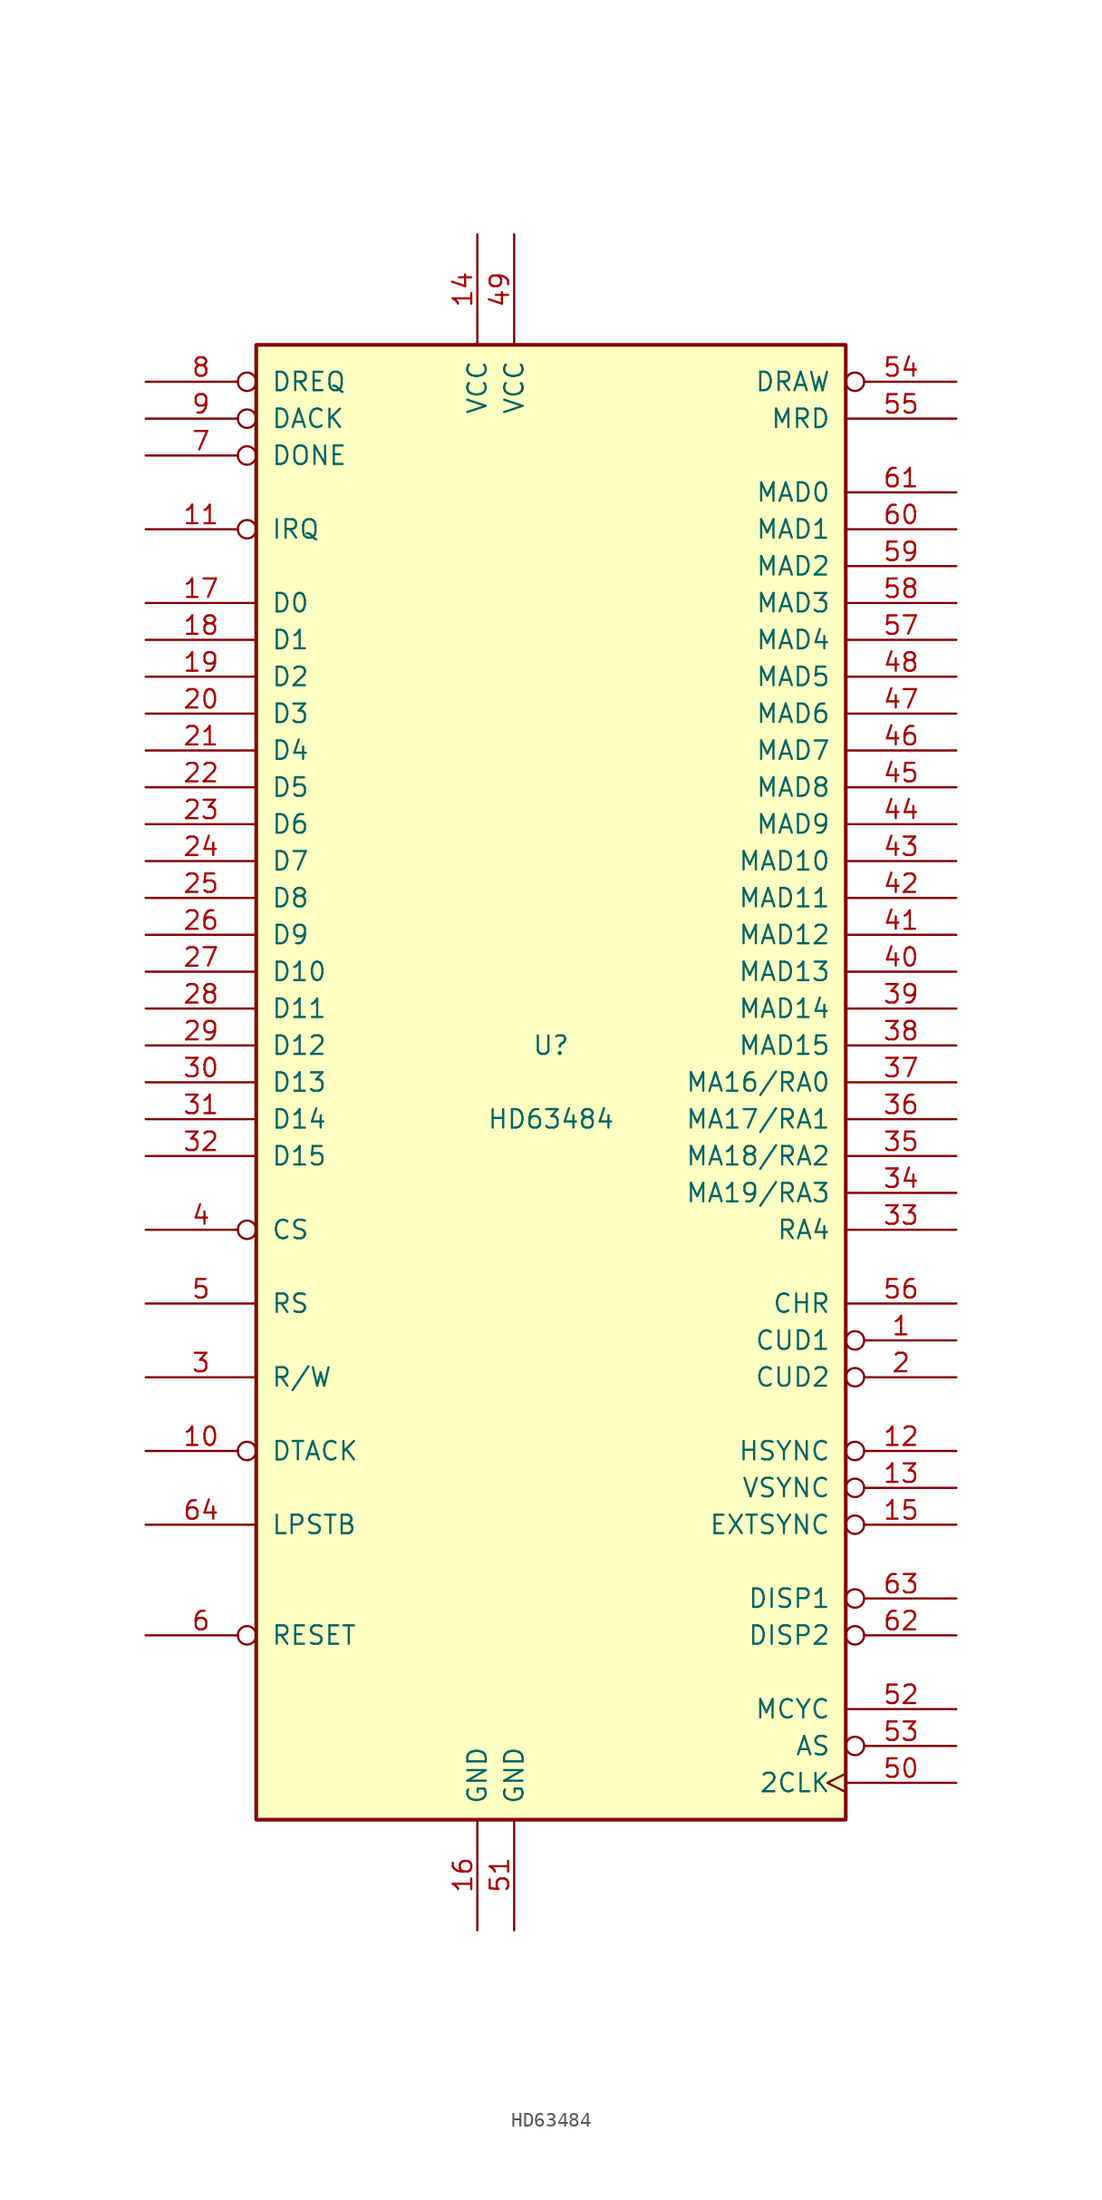
<source format=kicad_sym>
(kicad_symbol_lib
  (version 20211014)
  (generator kicad_symbol_editor)
  (symbol "HD63484"
    (pin_names
      (offset 1.016))
    (property "Reference" "U"
      (at 0 2.54 0)
      (effects (font (size 1.27 1.27))))
    (property "Value" "HD63484"
      (at 0 -2.54 0)
      (effects (font (size 1.27 1.27))))
    (symbol "HD63484_0_1"
      (rectangle (start -20.32 -50.8) (end 20.32 50.8) (stroke (width 0.254) (type default) (color 0 0 0 0)) (fill (type background))))
    (symbol "HD63484_1_1"
      (pin output inverted (at 27.94 -17.78 180) (length 7.62) (name "CUD1" (effects (font (size 1.27 1.27)))) (number "1" (effects (font (size 1.27 1.27)))))
      (pin output inverted (at -27.94 -25.4 0) (length 7.62) (name "DTACK" (effects (font (size 1.27 1.27)))) (number "10" (effects (font (size 1.27 1.27)))))
      (pin output inverted (at -27.94 38.1 0) (length 7.62) (name "IRQ" (effects (font (size 1.27 1.27)))) (number "11" (effects (font (size 1.27 1.27)))))
      (pin output inverted (at 27.94 -25.4 180) (length 7.62) (name "HSYNC" (effects (font (size 1.27 1.27)))) (number "12" (effects (font (size 1.27 1.27)))))
      (pin output inverted (at 27.94 -27.94 180) (length 7.62) (name "VSYNC" (effects (font (size 1.27 1.27)))) (number "13" (effects (font (size 1.27 1.27)))))
      (pin input line (at -5.08 58.42 270) (length 7.62) (name "VCC" (effects (font (size 1.27 1.27)))) (number "14" (effects (font (size 1.27 1.27)))))
      (pin input inverted (at 27.94 -30.48 180) (length 7.62) (name "EXTSYNC" (effects (font (size 1.27 1.27)))) (number "15" (effects (font (size 1.27 1.27)))))
      (pin input line (at -5.08 -58.42 90) (length 7.62) (name "GND" (effects (font (size 1.27 1.27)))) (number "16" (effects (font (size 1.27 1.27)))))
      (pin tri_state line (at -27.94 33.02 0) (length 7.62) (name "D0" (effects (font (size 1.27 1.27)))) (number "17" (effects (font (size 1.27 1.27)))))
      (pin tri_state line (at -27.94 30.48 0) (length 7.62) (name "D1" (effects (font (size 1.27 1.27)))) (number "18" (effects (font (size 1.27 1.27)))))
      (pin tri_state line (at -27.94 27.94 0) (length 7.62) (name "D2" (effects (font (size 1.27 1.27)))) (number "19" (effects (font (size 1.27 1.27)))))
      (pin output inverted (at 27.94 -20.32 180) (length 7.62) (name "CUD2" (effects (font (size 1.27 1.27)))) (number "2" (effects (font (size 1.27 1.27)))))
      (pin tri_state line (at -27.94 25.4 0) (length 7.62) (name "D3" (effects (font (size 1.27 1.27)))) (number "20" (effects (font (size 1.27 1.27)))))
      (pin tri_state line (at -27.94 22.86 0) (length 7.62) (name "D4" (effects (font (size 1.27 1.27)))) (number "21" (effects (font (size 1.27 1.27)))))
      (pin tri_state line (at -27.94 20.32 0) (length 7.62) (name "D5" (effects (font (size 1.27 1.27)))) (number "22" (effects (font (size 1.27 1.27)))))
      (pin tri_state line (at -27.94 17.78 0) (length 7.62) (name "D6" (effects (font (size 1.27 1.27)))) (number "23" (effects (font (size 1.27 1.27)))))
      (pin tri_state line (at -27.94 15.24 0) (length 7.62) (name "D7" (effects (font (size 1.27 1.27)))) (number "24" (effects (font (size 1.27 1.27)))))
      (pin tri_state line (at -27.94 12.7 0) (length 7.62) (name "D8" (effects (font (size 1.27 1.27)))) (number "25" (effects (font (size 1.27 1.27)))))
      (pin tri_state line (at -27.94 10.16 0) (length 7.62) (name "D9" (effects (font (size 1.27 1.27)))) (number "26" (effects (font (size 1.27 1.27)))))
      (pin tri_state line (at -27.94 7.62 0) (length 7.62) (name "D10" (effects (font (size 1.27 1.27)))) (number "27" (effects (font (size 1.27 1.27)))))
      (pin tri_state line (at -27.94 5.08 0) (length 7.62) (name "D11" (effects (font (size 1.27 1.27)))) (number "28" (effects (font (size 1.27 1.27)))))
      (pin tri_state line (at -27.94 2.54 0) (length 7.62) (name "D12" (effects (font (size 1.27 1.27)))) (number "29" (effects (font (size 1.27 1.27)))))
      (pin input line (at -27.94 -20.32 0) (length 7.62) (name "R/W" (effects (font (size 1.27 1.27)))) (number "3" (effects (font (size 1.27 1.27)))))
      (pin tri_state line (at -27.94 0 0) (length 7.62) (name "D13" (effects (font (size 1.27 1.27)))) (number "30" (effects (font (size 1.27 1.27)))))
      (pin tri_state line (at -27.94 -2.54 0) (length 7.62) (name "D14" (effects (font (size 1.27 1.27)))) (number "31" (effects (font (size 1.27 1.27)))))
      (pin tri_state line (at -27.94 -5.08 0) (length 7.62) (name "D15" (effects (font (size 1.27 1.27)))) (number "32" (effects (font (size 1.27 1.27)))))
      (pin output line (at 27.94 -10.16 180) (length 7.62) (name "RA4" (effects (font (size 1.27 1.27)))) (number "33" (effects (font (size 1.27 1.27)))))
      (pin output line (at 27.94 -7.62 180) (length 7.62) (name "MA19/RA3" (effects (font (size 1.27 1.27)))) (number "34" (effects (font (size 1.27 1.27)))))
      (pin output line (at 27.94 -5.08 180) (length 7.62) (name "MA18/RA2" (effects (font (size 1.27 1.27)))) (number "35" (effects (font (size 1.27 1.27)))))
      (pin output line (at 27.94 -2.54 180) (length 7.62) (name "MA17/RA1" (effects (font (size 1.27 1.27)))) (number "36" (effects (font (size 1.27 1.27)))))
      (pin output line (at 27.94 0 180) (length 7.62) (name "MA16/RA0" (effects (font (size 1.27 1.27)))) (number "37" (effects (font (size 1.27 1.27)))))
      (pin tri_state line (at 27.94 2.54 180) (length 7.62) (name "MAD15" (effects (font (size 1.27 1.27)))) (number "38" (effects (font (size 1.27 1.27)))))
      (pin tri_state line (at 27.94 5.08 180) (length 7.62) (name "MAD14" (effects (font (size 1.27 1.27)))) (number "39" (effects (font (size 1.27 1.27)))))
      (pin input inverted (at -27.94 -10.16 0) (length 7.62) (name "CS" (effects (font (size 1.27 1.27)))) (number "4" (effects (font (size 1.27 1.27)))))
      (pin tri_state line (at 27.94 7.62 180) (length 7.62) (name "MAD13" (effects (font (size 1.27 1.27)))) (number "40" (effects (font (size 1.27 1.27)))))
      (pin tri_state line (at 27.94 10.16 180) (length 7.62) (name "MAD12" (effects (font (size 1.27 1.27)))) (number "41" (effects (font (size 1.27 1.27)))))
      (pin tri_state line (at 27.94 12.7 180) (length 7.62) (name "MAD11" (effects (font (size 1.27 1.27)))) (number "42" (effects (font (size 1.27 1.27)))))
      (pin tri_state line (at 27.94 15.24 180) (length 7.62) (name "MAD10" (effects (font (size 1.27 1.27)))) (number "43" (effects (font (size 1.27 1.27)))))
      (pin tri_state line (at 27.94 17.78 180) (length 7.62) (name "MAD9" (effects (font (size 1.27 1.27)))) (number "44" (effects (font (size 1.27 1.27)))))
      (pin tri_state line (at 27.94 20.32 180) (length 7.62) (name "MAD8" (effects (font (size 1.27 1.27)))) (number "45" (effects (font (size 1.27 1.27)))))
      (pin tri_state line (at 27.94 22.86 180) (length 7.62) (name "MAD7" (effects (font (size 1.27 1.27)))) (number "46" (effects (font (size 1.27 1.27)))))
      (pin tri_state line (at 27.94 25.4 180) (length 7.62) (name "MAD6" (effects (font (size 1.27 1.27)))) (number "47" (effects (font (size 1.27 1.27)))))
      (pin tri_state line (at 27.94 27.94 180) (length 7.62) (name "MAD5" (effects (font (size 1.27 1.27)))) (number "48" (effects (font (size 1.27 1.27)))))
      (pin input line (at -2.54 58.42 270) (length 7.62) (name "VCC" (effects (font (size 1.27 1.27)))) (number "49" (effects (font (size 1.27 1.27)))))
      (pin input line (at -27.94 -15.24 0) (length 7.62) (name "RS" (effects (font (size 1.27 1.27)))) (number "5" (effects (font (size 1.27 1.27)))))
      (pin input clock (at 27.94 -48.26 180) (length 7.62) (name "2CLK" (effects (font (size 1.27 1.27)))) (number "50" (effects (font (size 1.27 1.27)))))
      (pin input line (at -2.54 -58.42 90) (length 7.62) (name "GND" (effects (font (size 1.27 1.27)))) (number "51" (effects (font (size 1.27 1.27)))))
      (pin output line (at 27.94 -43.18 180) (length 7.62) (name "MCYC" (effects (font (size 1.27 1.27)))) (number "52" (effects (font (size 1.27 1.27)))))
      (pin output inverted (at 27.94 -45.72 180) (length 7.62) (name "AS" (effects (font (size 1.27 1.27)))) (number "53" (effects (font (size 1.27 1.27)))))
      (pin output inverted (at 27.94 48.26 180) (length 7.62) (name "DRAW" (effects (font (size 1.27 1.27)))) (number "54" (effects (font (size 1.27 1.27)))))
      (pin output line (at 27.94 45.72 180) (length 7.62) (name "MRD" (effects (font (size 1.27 1.27)))) (number "55" (effects (font (size 1.27 1.27)))))
      (pin output line (at 27.94 -15.24 180) (length 7.62) (name "CHR" (effects (font (size 1.27 1.27)))) (number "56" (effects (font (size 1.27 1.27)))))
      (pin tri_state line (at 27.94 30.48 180) (length 7.62) (name "MAD4" (effects (font (size 1.27 1.27)))) (number "57" (effects (font (size 1.27 1.27)))))
      (pin tri_state line (at 27.94 33.02 180) (length 7.62) (name "MAD3" (effects (font (size 1.27 1.27)))) (number "58" (effects (font (size 1.27 1.27)))))
      (pin tri_state line (at 27.94 35.56 180) (length 7.62) (name "MAD2" (effects (font (size 1.27 1.27)))) (number "59" (effects (font (size 1.27 1.27)))))
      (pin input inverted (at -27.94 -38.1 0) (length 7.62) (name "RESET" (effects (font (size 1.27 1.27)))) (number "6" (effects (font (size 1.27 1.27)))))
      (pin tri_state line (at 27.94 38.1 180) (length 7.62) (name "MAD1" (effects (font (size 1.27 1.27)))) (number "60" (effects (font (size 1.27 1.27)))))
      (pin tri_state line (at 27.94 40.64 180) (length 7.62) (name "MAD0" (effects (font (size 1.27 1.27)))) (number "61" (effects (font (size 1.27 1.27)))))
      (pin output inverted (at 27.94 -38.1 180) (length 7.62) (name "DISP2" (effects (font (size 1.27 1.27)))) (number "62" (effects (font (size 1.27 1.27)))))
      (pin output inverted (at 27.94 -35.56 180) (length 7.62) (name "DISP1" (effects (font (size 1.27 1.27)))) (number "63" (effects (font (size 1.27 1.27)))))
      (pin input line (at -27.94 -30.48 0) (length 7.62) (name "LPSTB" (effects (font (size 1.27 1.27)))) (number "64" (effects (font (size 1.27 1.27)))))
      (pin input inverted (at -27.94 43.18 0) (length 7.62) (name "DONE" (effects (font (size 1.27 1.27)))) (number "7" (effects (font (size 1.27 1.27)))))
      (pin output inverted (at -27.94 48.26 0) (length 7.62) (name "DREQ" (effects (font (size 1.27 1.27)))) (number "8" (effects (font (size 1.27 1.27)))))
      (pin input inverted (at -27.94 45.72 0) (length 7.62) (name "DACK" (effects (font (size 1.27 1.27)))) (number "9" (effects (font (size 1.27 1.27))))))))
</source>
